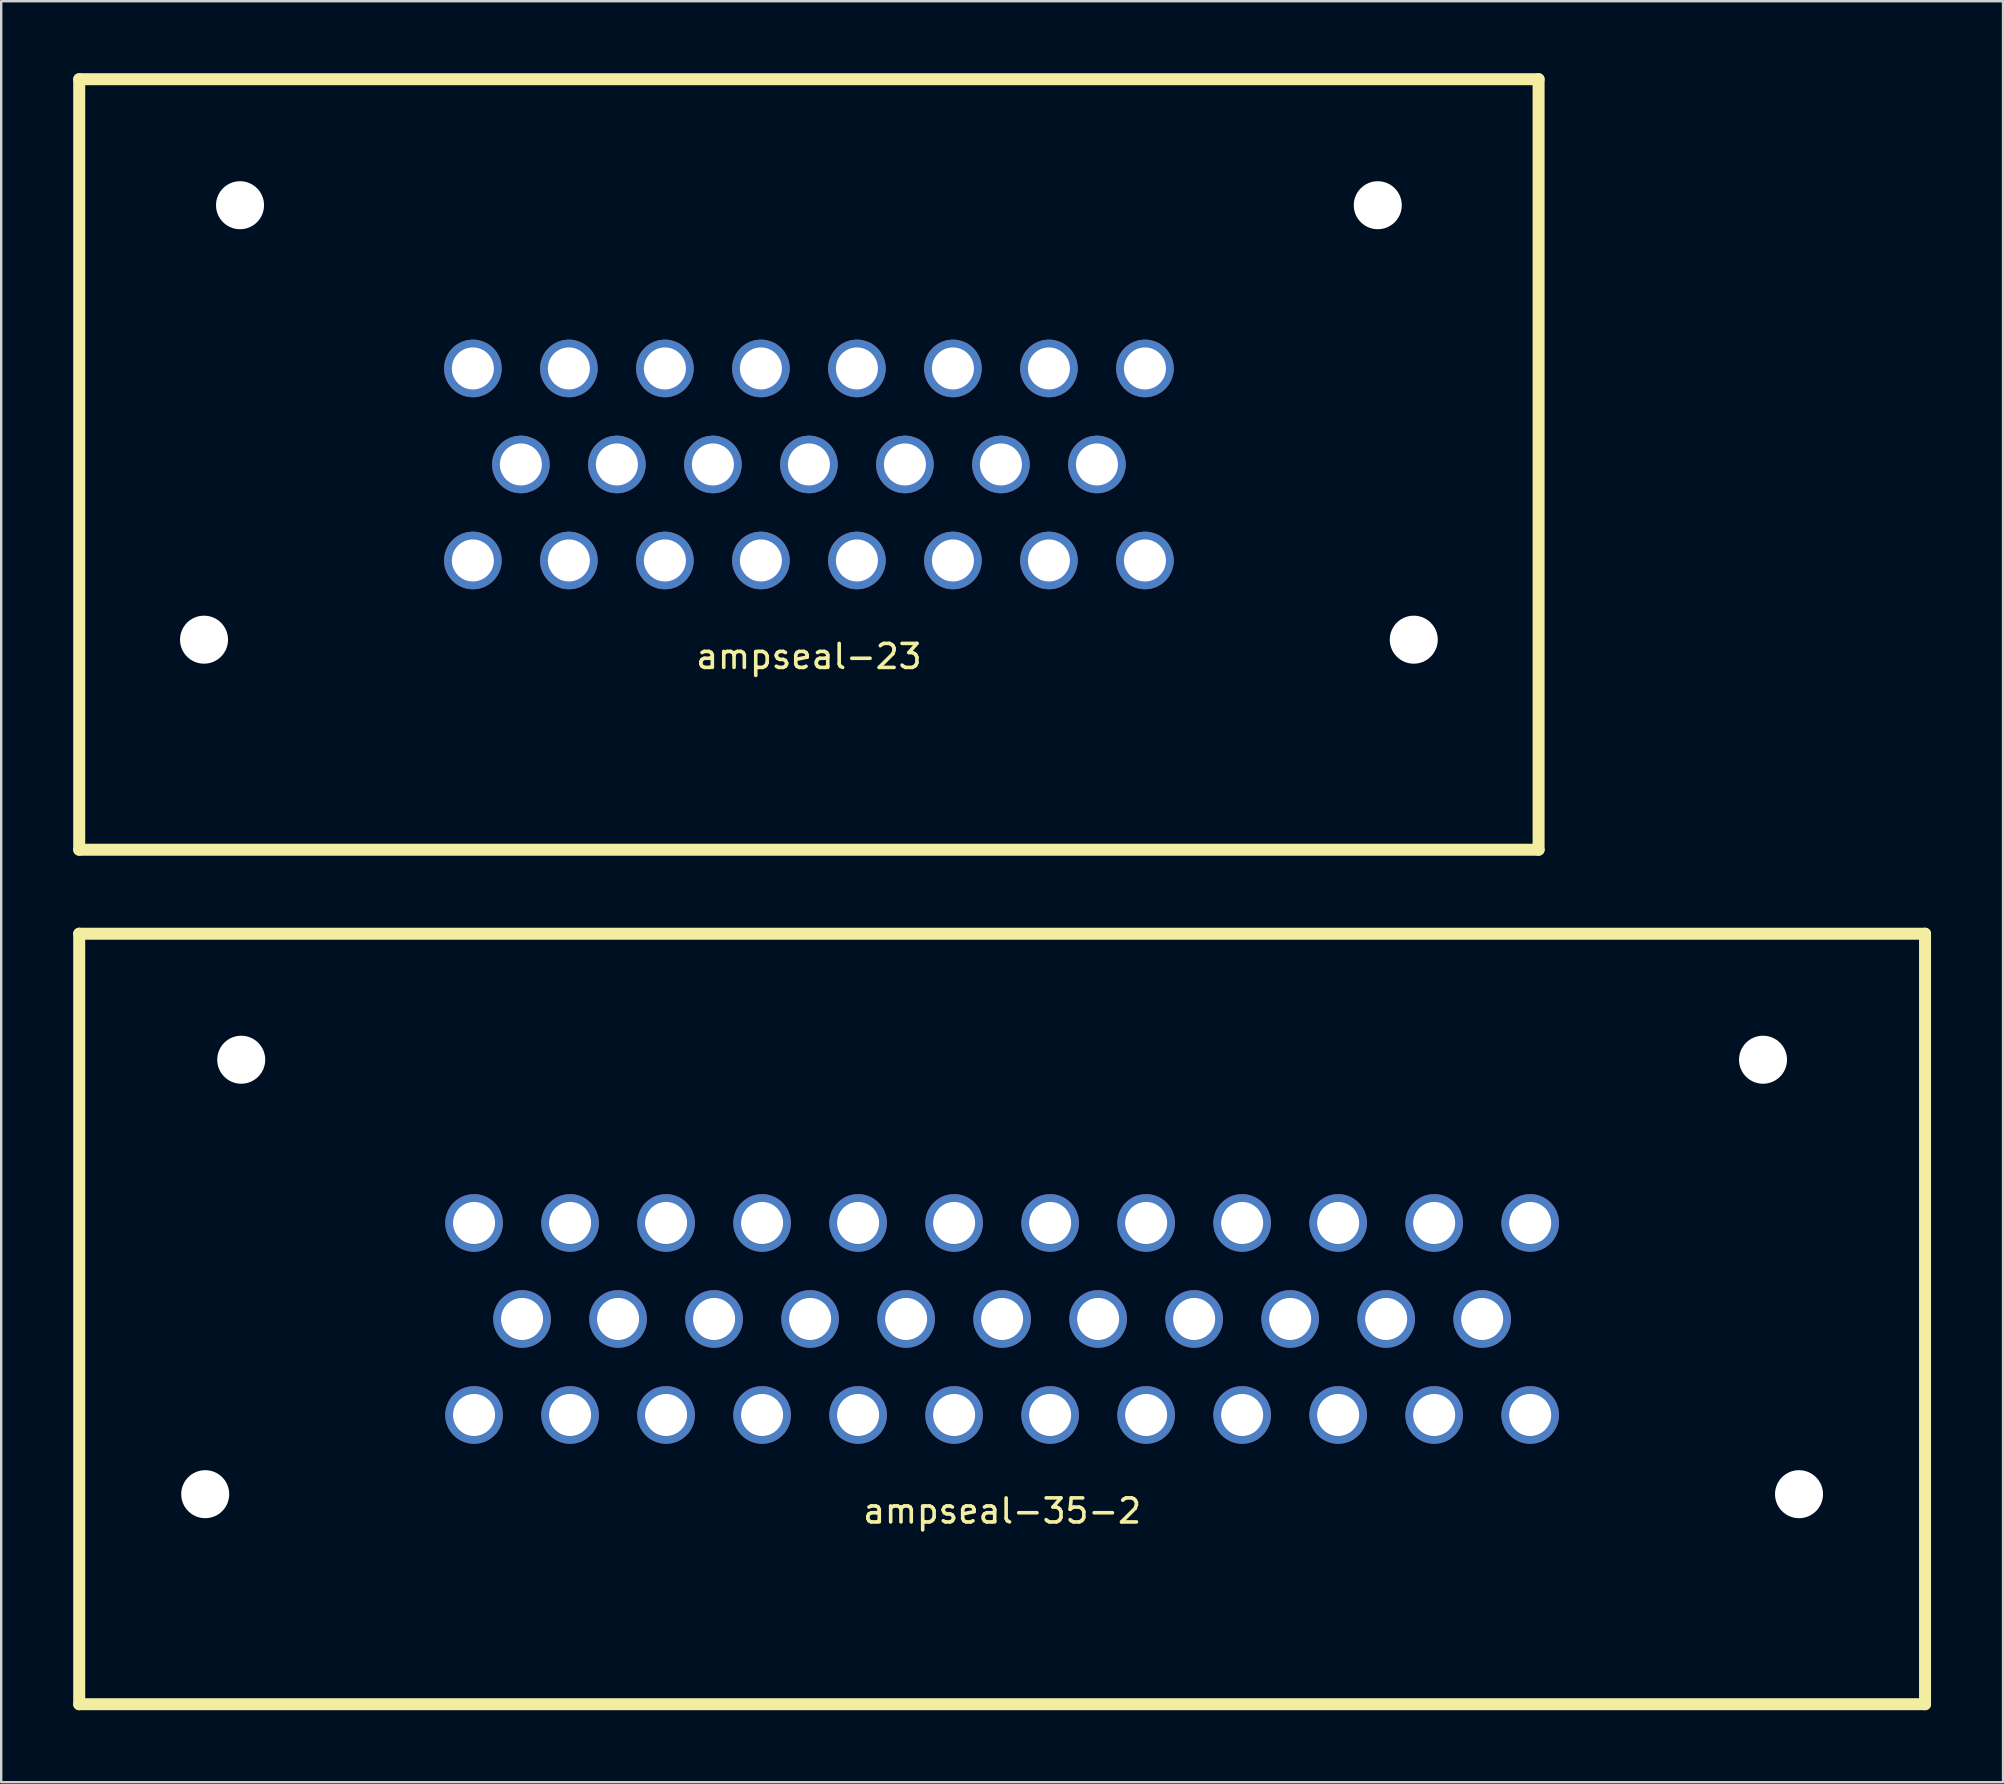
<source format=kicad_pcb>
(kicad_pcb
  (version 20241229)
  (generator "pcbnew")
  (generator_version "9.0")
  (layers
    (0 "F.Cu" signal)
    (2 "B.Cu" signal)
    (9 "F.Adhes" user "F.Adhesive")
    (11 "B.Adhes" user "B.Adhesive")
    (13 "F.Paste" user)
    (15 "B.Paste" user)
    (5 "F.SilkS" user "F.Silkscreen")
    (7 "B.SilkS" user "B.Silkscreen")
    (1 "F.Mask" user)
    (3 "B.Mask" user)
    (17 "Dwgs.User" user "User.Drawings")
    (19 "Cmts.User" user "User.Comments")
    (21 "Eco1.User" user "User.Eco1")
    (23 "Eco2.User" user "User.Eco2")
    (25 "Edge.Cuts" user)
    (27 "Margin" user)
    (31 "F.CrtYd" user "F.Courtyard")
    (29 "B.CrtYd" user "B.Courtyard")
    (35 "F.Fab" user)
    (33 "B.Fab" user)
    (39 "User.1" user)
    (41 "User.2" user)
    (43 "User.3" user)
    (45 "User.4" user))
  (footprint "ampseal-23"
    (layer "F.Cu")
    (at 30.65 16.3)
    (property "Reference" "ampseal-23" (at 0 8 0) (layer "F.SilkS") (effects (font (size 1 1) (thickness 0.15))))
    (attr through_hole)
    (fp_line (start -30.4 -16.05) (end 30.4 -16.05) (stroke (width 0.5) (type solid)) (layer "F.SilkS"))
    (fp_line (start -30.4 16.05) (end -30.4 -16.05) (stroke (width 0.5) (type solid)) (layer "F.SilkS"))
    (fp_line (start 30.4 -16.05) (end 30.4 16.05) (stroke (width 0.5) (type solid)) (layer "F.SilkS"))
    (fp_line (start 30.4 16.05) (end -30.4 16.05) (stroke (width 0.5) (type solid)) (layer "F.SilkS"))
    (pad "" np_thru_hole circle (at -25.2 7.3) (size 2 2) (drill 2) (layers "*.Cu" "*.Mask"))
    (pad "" np_thru_hole circle (at -23.7 -10.8) (size 2 2) (drill 2) (layers "*.Cu" "*.Mask"))
    (pad "" np_thru_hole circle (at 23.7 -10.8) (size 2 2) (drill 2) (layers "*.Cu" "*.Mask"))
    (pad "" np_thru_hole circle (at 25.2 7.3) (size 2 2) (drill 2) (layers "*.Cu" "*.Mask"))
    (pad "1" thru_hole circle (at -14 -4) (size 2.4 2.4) (drill 1.75) (layers "*.Cu" "*.Mask"))
    (pad "2" thru_hole circle (at -10 -4) (size 2.4 2.4) (drill 1.75) (layers "*.Cu" "*.Mask"))
    (pad "3" thru_hole circle (at -6 -4) (size 2.4 2.4) (drill 1.75) (layers "*.Cu" "*.Mask"))
    (pad "4" thru_hole circle (at -2 -4) (size 2.4 2.4) (drill 1.75) (layers "*.Cu" "*.Mask"))
    (pad "5" thru_hole circle (at 2 -4) (size 2.4 2.4) (drill 1.75) (layers "*.Cu" "*.Mask"))
    (pad "6" thru_hole circle (at 6 -4) (size 2.4 2.4) (drill 1.75) (layers "*.Cu" "*.Mask"))
    (pad "7" thru_hole circle (at 10 -4) (size 2.4 2.4) (drill 1.75) (layers "*.Cu" "*.Mask"))
    (pad "8" thru_hole circle (at 14 -4) (size 2.4 2.4) (drill 1.75) (layers "*.Cu" "*.Mask"))
    (pad "9" thru_hole circle (at -12 0) (size 2.4 2.4) (drill 1.75) (layers "*.Cu" "*.Mask"))
    (pad "10" thru_hole circle (at -8 0) (size 2.4 2.4) (drill 1.75) (layers "*.Cu" "*.Mask"))
    (pad "11" thru_hole circle (at -4 0) (size 2.4 2.4) (drill 1.75) (layers "*.Cu" "*.Mask"))
    (pad "12" thru_hole circle (at 0 0) (size 2.4 2.4) (drill 1.75) (layers "*.Cu" "*.Mask"))
    (pad "13" thru_hole circle (at 4 0) (size 2.4 2.4) (drill 1.75) (layers "*.Cu" "*.Mask"))
    (pad "14" thru_hole circle (at 8 0) (size 2.4 2.4) (drill 1.75) (layers "*.Cu" "*.Mask"))
    (pad "15" thru_hole circle (at 12 0) (size 2.4 2.4) (drill 1.75) (layers "*.Cu" "*.Mask"))
    (pad "16" thru_hole circle (at -14 4) (size 2.4 2.4) (drill 1.75) (layers "*.Cu" "*.Mask"))
    (pad "17" thru_hole circle (at -10 4) (size 2.4 2.4) (drill 1.75) (layers "*.Cu" "*.Mask"))
    (pad "18" thru_hole circle (at -6 4) (size 2.4 2.4) (drill 1.75) (layers "*.Cu" "*.Mask"))
    (pad "19" thru_hole circle (at -2 4) (size 2.4 2.4) (drill 1.75) (layers "*.Cu" "*.Mask"))
    (pad "20" thru_hole circle (at 2 4) (size 2.4 2.4) (drill 1.75) (layers "*.Cu" "*.Mask"))
    (pad "21" thru_hole circle (at 6 4) (size 2.4 2.4) (drill 1.75) (layers "*.Cu" "*.Mask"))
    (pad "22" thru_hole circle (at 10 4) (size 2.4 2.4) (drill 1.75) (layers "*.Cu" "*.Mask"))
    (pad "23" thru_hole circle (at 14 4) (size 2.4 2.4) (drill 1.75) (layers "*.Cu" "*.Mask")))
  (footprint "ampseal-35-2"
    (layer "F.Cu")
    (at 38.7 51.9)
    (property "Reference" "ampseal-35-2" (at 0 8 0) (layer "F.SilkS") (effects (font (size 1 1) (thickness 0.15))))
    (attr through_hole)
    (fp_line (start -38.45 -16.05) (end -38.45 16.05) (stroke (width 0.5) (type solid)) (layer "F.SilkS"))
    (fp_line (start -38.45 -16.05) (end 38.45 -16.05) (stroke (width 0.5) (type solid)) (layer "F.SilkS"))
    (fp_line (start -38.45 16.05) (end 38.45 16.05) (stroke (width 0.5) (type solid)) (layer "F.SilkS"))
    (fp_line (start 38.45 -16.05) (end 38.45 16.05) (stroke (width 0.5) (type solid)) (layer "F.SilkS"))
    (pad "" np_thru_hole circle (at -33.2 7.3) (size 2 2) (drill 2) (layers "*.Cu" "*.Mask"))
    (pad "" np_thru_hole circle (at -31.7 -10.8) (size 2 2) (drill 2) (layers "*.Cu" "*.Mask"))
    (pad "" np_thru_hole circle (at 31.7 -10.8) (size 2 2) (drill 2) (layers "*.Cu" "*.Mask"))
    (pad "" np_thru_hole circle (at 33.2 7.3) (size 2 2) (drill 2) (layers "*.Cu" "*.Mask"))
    (pad "1" thru_hole circle (at -22 -4) (size 2.4 2.4) (drill 1.75) (layers "*.Cu" "*.Mask"))
    (pad "2" thru_hole circle (at -18 -4) (size 2.4 2.4) (drill 1.75) (layers "*.Cu" "*.Mask"))
    (pad "3" thru_hole circle (at -14 -4) (size 2.4 2.4) (drill 1.75) (layers "*.Cu" "*.Mask"))
    (pad "4" thru_hole circle (at -10 -4) (size 2.4 2.4) (drill 1.75) (layers "*.Cu" "*.Mask"))
    (pad "5" thru_hole circle (at -6 -4) (size 2.4 2.4) (drill 1.75) (layers "*.Cu" "*.Mask"))
    (pad "6" thru_hole circle (at -2 -4) (size 2.4 2.4) (drill 1.75) (layers "*.Cu" "*.Mask"))
    (pad "7" thru_hole circle (at 2 -4) (size 2.4 2.4) (drill 1.75) (layers "*.Cu" "*.Mask"))
    (pad "8" thru_hole circle (at 6 -4) (size 2.4 2.4) (drill 1.75) (layers "*.Cu" "*.Mask"))
    (pad "9" thru_hole circle (at 10 -4) (size 2.4 2.4) (drill 1.75) (layers "*.Cu" "*.Mask"))
    (pad "10" thru_hole circle (at 14 -4) (size 2.4 2.4) (drill 1.75) (layers "*.Cu" "*.Mask"))
    (pad "11" thru_hole circle (at 18 -4) (size 2.4 2.4) (drill 1.75) (layers "*.Cu" "*.Mask"))
    (pad "12" thru_hole circle (at 22 -4) (size 2.4 2.4) (drill 1.75) (layers "*.Cu" "*.Mask"))
    (pad "13" thru_hole circle (at -20 0) (size 2.4 2.4) (drill 1.75) (layers "*.Cu" "*.Mask"))
    (pad "14" thru_hole circle (at -16 0) (size 2.4 2.4) (drill 1.75) (layers "*.Cu" "*.Mask"))
    (pad "15" thru_hole circle (at -12 0) (size 2.4 2.4) (drill 1.75) (layers "*.Cu" "*.Mask"))
    (pad "16" thru_hole circle (at -8 0) (size 2.4 2.4) (drill 1.75) (layers "*.Cu" "*.Mask"))
    (pad "17" thru_hole circle (at -4 0) (size 2.4 2.4) (drill 1.75) (layers "*.Cu" "*.Mask"))
    (pad "18" thru_hole circle (at 0 0) (size 2.4 2.4) (drill 1.75) (layers "*.Cu" "*.Mask"))
    (pad "19" thru_hole circle (at 4 0) (size 2.4 2.4) (drill 1.75) (layers "*.Cu" "*.Mask"))
    (pad "20" thru_hole circle (at 8 0) (size 2.4 2.4) (drill 1.75) (layers "*.Cu" "*.Mask"))
    (pad "21" thru_hole circle (at 12 0) (size 2.4 2.4) (drill 1.75) (layers "*.Cu" "*.Mask"))
    (pad "22" thru_hole circle (at 16 0) (size 2.4 2.4) (drill 1.75) (layers "*.Cu" "*.Mask"))
    (pad "23" thru_hole circle (at 20 0) (size 2.4 2.4) (drill 1.75) (layers "*.Cu" "*.Mask"))
    (pad "24" thru_hole circle (at -22 4) (size 2.4 2.4) (drill 1.75) (layers "*.Cu" "*.Mask"))
    (pad "25" thru_hole circle (at -18 4) (size 2.4 2.4) (drill 1.75) (layers "*.Cu" "*.Mask"))
    (pad "26" thru_hole circle (at -14 4) (size 2.4 2.4) (drill 1.75) (layers "*.Cu" "*.Mask"))
    (pad "27" thru_hole circle (at -10 4) (size 2.4 2.4) (drill 1.75) (layers "*.Cu" "*.Mask"))
    (pad "28" thru_hole circle (at -6 4) (size 2.4 2.4) (drill 1.75) (layers "*.Cu" "*.Mask"))
    (pad "29" thru_hole circle (at -2 4) (size 2.4 2.4) (drill 1.75) (layers "*.Cu" "*.Mask"))
    (pad "30" thru_hole circle (at 2 4) (size 2.4 2.4) (drill 1.75) (layers "*.Cu" "*.Mask"))
    (pad "31" thru_hole circle (at 6 4) (size 2.4 2.4) (drill 1.75) (layers "*.Cu" "*.Mask"))
    (pad "32" thru_hole circle (at 10 4) (size 2.4 2.4) (drill 1.75) (layers "*.Cu" "*.Mask"))
    (pad "33" thru_hole circle (at 14 4) (size 2.4 2.4) (drill 1.75) (layers "*.Cu" "*.Mask"))
    (pad "34" thru_hole circle (at 18 4) (size 2.4 2.4) (drill 1.75) (layers "*.Cu" "*.Mask"))
    (pad "35" thru_hole circle (at 22 4) (size 2.4 2.4) (drill 1.75) (layers "*.Cu" "*.Mask")))
  (gr_rect
    (start -3 -3)
    (end 80.4 71.2)
    (stroke (width 0.1) (type default))
    (fill no)
    (layer "Edge.Cuts")))
</source>
